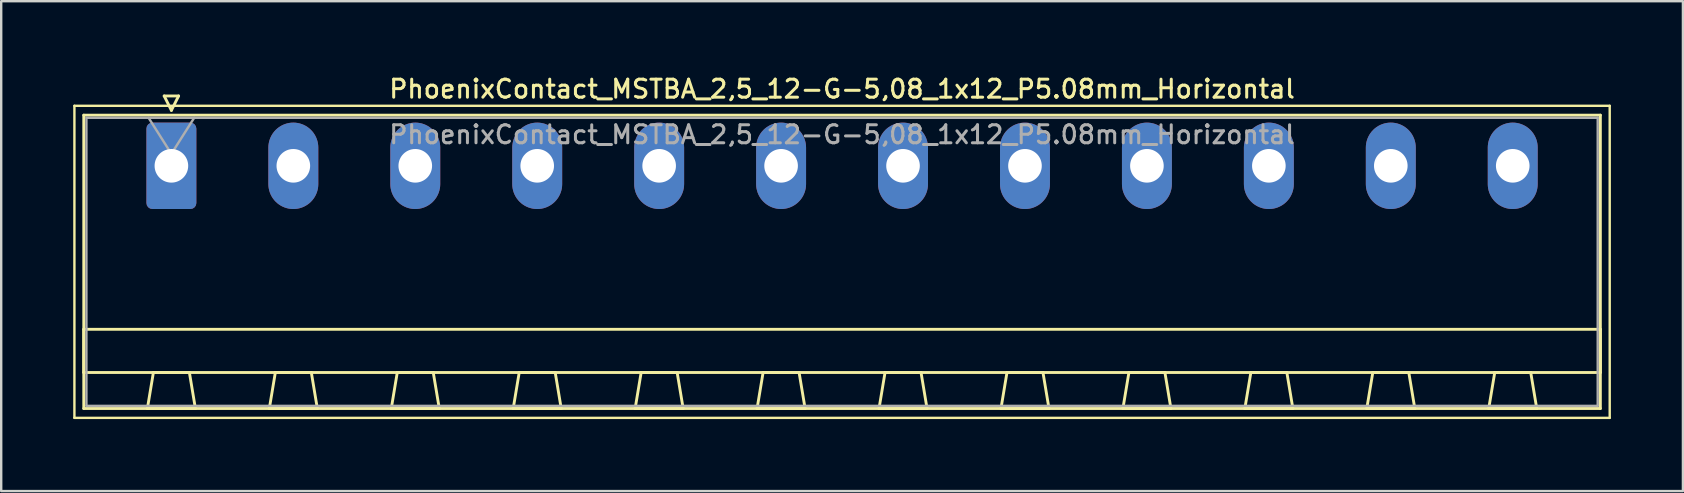
<source format=kicad_pcb>
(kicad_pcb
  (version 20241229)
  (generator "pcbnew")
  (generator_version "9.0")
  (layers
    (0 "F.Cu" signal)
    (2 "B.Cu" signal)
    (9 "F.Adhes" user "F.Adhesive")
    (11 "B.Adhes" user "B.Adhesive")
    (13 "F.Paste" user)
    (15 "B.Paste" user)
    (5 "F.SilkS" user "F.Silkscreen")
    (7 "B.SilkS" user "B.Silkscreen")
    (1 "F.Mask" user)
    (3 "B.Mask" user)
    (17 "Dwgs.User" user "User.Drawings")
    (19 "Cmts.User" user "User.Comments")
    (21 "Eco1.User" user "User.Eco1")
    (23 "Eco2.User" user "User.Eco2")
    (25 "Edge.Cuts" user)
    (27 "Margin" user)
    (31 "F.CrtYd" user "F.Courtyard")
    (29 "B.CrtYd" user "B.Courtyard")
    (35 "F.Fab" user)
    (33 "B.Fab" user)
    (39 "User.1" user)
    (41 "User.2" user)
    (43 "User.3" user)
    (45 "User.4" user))
  (footprint "PhoenixContact_MSTBA_2,5_12-G-5,08_1x12_P5.08mm_Horizontal"
    (layer "F.Cu")
    (at 4.09 3.858)
    (property "Reference" "PhoenixContact_MSTBA_2,5_12-G-5,08_1x12_P5.08mm_Horizontal" (at 27.94 -3.2 0) (layer "F.SilkS") (effects (font (size 0.75 0.75) (thickness 0.125))))
    (attr through_hole)
    (fp_line (start -4.04 -2.5) (end -4.04 10.5) (stroke (width 0.1) (type solid)) (layer "F.SilkS"))
    (fp_line (start -4.04 10.5) (end 59.92 10.5) (stroke (width 0.1) (type solid)) (layer "F.SilkS"))
    (fp_line (start -3.65 -2.11) (end -3.65 10.11) (stroke (width 0.12) (type solid)) (layer "F.SilkS"))
    (fp_line (start -3.65 6.81) (end 59.53 6.81) (stroke (width 0.12) (type solid)) (layer "F.SilkS"))
    (fp_line (start -3.65 8.61) (end -3.65 6.81) (stroke (width 0.12) (type solid)) (layer "F.SilkS"))
    (fp_line (start -3.65 10.11) (end 59.53 10.11) (stroke (width 0.12) (type solid)) (layer "F.SilkS"))
    (fp_line (start -1 10.11) (end 1 10.11) (stroke (width 0.12) (type solid)) (layer "F.SilkS"))
    (fp_line (start -0.75 8.61) (end -1 10.11) (stroke (width 0.12) (type solid)) (layer "F.SilkS"))
    (fp_line (start -0.3 -2.91) (end 0.3 -2.91) (stroke (width 0.12) (type solid)) (layer "F.SilkS"))
    (fp_line (start 0 -2.31) (end -0.3 -2.91) (stroke (width 0.12) (type solid)) (layer "F.SilkS"))
    (fp_line (start 0.3 -2.91) (end 0 -2.31) (stroke (width 0.12) (type solid)) (layer "F.SilkS"))
    (fp_line (start 0.75 8.61) (end -0.75 8.61) (stroke (width 0.12) (type solid)) (layer "F.SilkS"))
    (fp_line (start 1 10.11) (end 0.75 8.61) (stroke (width 0.12) (type solid)) (layer "F.SilkS"))
    (fp_line (start 4.08 10.11) (end 6.08 10.11) (stroke (width 0.12) (type solid)) (layer "F.SilkS"))
    (fp_line (start 4.33 8.61) (end 4.08 10.11) (stroke (width 0.12) (type solid)) (layer "F.SilkS"))
    (fp_line (start 5.83 8.61) (end 4.33 8.61) (stroke (width 0.12) (type solid)) (layer "F.SilkS"))
    (fp_line (start 6.08 10.11) (end 5.83 8.61) (stroke (width 0.12) (type solid)) (layer "F.SilkS"))
    (fp_line (start 9.16 10.11) (end 11.16 10.11) (stroke (width 0.12) (type solid)) (layer "F.SilkS"))
    (fp_line (start 9.41 8.61) (end 9.16 10.11) (stroke (width 0.12) (type solid)) (layer "F.SilkS"))
    (fp_line (start 10.91 8.61) (end 9.41 8.61) (stroke (width 0.12) (type solid)) (layer "F.SilkS"))
    (fp_line (start 11.16 10.11) (end 10.91 8.61) (stroke (width 0.12) (type solid)) (layer "F.SilkS"))
    (fp_line (start 14.24 10.11) (end 16.24 10.11) (stroke (width 0.12) (type solid)) (layer "F.SilkS"))
    (fp_line (start 14.49 8.61) (end 14.24 10.11) (stroke (width 0.12) (type solid)) (layer "F.SilkS"))
    (fp_line (start 15.99 8.61) (end 14.49 8.61) (stroke (width 0.12) (type solid)) (layer "F.SilkS"))
    (fp_line (start 16.24 10.11) (end 15.99 8.61) (stroke (width 0.12) (type solid)) (layer "F.SilkS"))
    (fp_line (start 19.32 10.11) (end 21.32 10.11) (stroke (width 0.12) (type solid)) (layer "F.SilkS"))
    (fp_line (start 19.57 8.61) (end 19.32 10.11) (stroke (width 0.12) (type solid)) (layer "F.SilkS"))
    (fp_line (start 21.07 8.61) (end 19.57 8.61) (stroke (width 0.12) (type solid)) (layer "F.SilkS"))
    (fp_line (start 21.32 10.11) (end 21.07 8.61) (stroke (width 0.12) (type solid)) (layer "F.SilkS"))
    (fp_line (start 24.4 10.11) (end 26.4 10.11) (stroke (width 0.12) (type solid)) (layer "F.SilkS"))
    (fp_line (start 24.65 8.61) (end 24.4 10.11) (stroke (width 0.12) (type solid)) (layer "F.SilkS"))
    (fp_line (start 26.15 8.61) (end 24.65 8.61) (stroke (width 0.12) (type solid)) (layer "F.SilkS"))
    (fp_line (start 26.4 10.11) (end 26.15 8.61) (stroke (width 0.12) (type solid)) (layer "F.SilkS"))
    (fp_line (start 29.48 10.11) (end 31.48 10.11) (stroke (width 0.12) (type solid)) (layer "F.SilkS"))
    (fp_line (start 29.73 8.61) (end 29.48 10.11) (stroke (width 0.12) (type solid)) (layer "F.SilkS"))
    (fp_line (start 31.23 8.61) (end 29.73 8.61) (stroke (width 0.12) (type solid)) (layer "F.SilkS"))
    (fp_line (start 31.48 10.11) (end 31.23 8.61) (stroke (width 0.12) (type solid)) (layer "F.SilkS"))
    (fp_line (start 34.56 10.11) (end 36.56 10.11) (stroke (width 0.12) (type solid)) (layer "F.SilkS"))
    (fp_line (start 34.81 8.61) (end 34.56 10.11) (stroke (width 0.12) (type solid)) (layer "F.SilkS"))
    (fp_line (start 36.31 8.61) (end 34.81 8.61) (stroke (width 0.12) (type solid)) (layer "F.SilkS"))
    (fp_line (start 36.56 10.11) (end 36.31 8.61) (stroke (width 0.12) (type solid)) (layer "F.SilkS"))
    (fp_line (start 39.64 10.11) (end 41.64 10.11) (stroke (width 0.12) (type solid)) (layer "F.SilkS"))
    (fp_line (start 39.89 8.61) (end 39.64 10.11) (stroke (width 0.12) (type solid)) (layer "F.SilkS"))
    (fp_line (start 41.39 8.61) (end 39.89 8.61) (stroke (width 0.12) (type solid)) (layer "F.SilkS"))
    (fp_line (start 41.64 10.11) (end 41.39 8.61) (stroke (width 0.12) (type solid)) (layer "F.SilkS"))
    (fp_line (start 44.72 10.11) (end 46.72 10.11) (stroke (width 0.12) (type solid)) (layer "F.SilkS"))
    (fp_line (start 44.97 8.61) (end 44.72 10.11) (stroke (width 0.12) (type solid)) (layer "F.SilkS"))
    (fp_line (start 46.47 8.61) (end 44.97 8.61) (stroke (width 0.12) (type solid)) (layer "F.SilkS"))
    (fp_line (start 46.72 10.11) (end 46.47 8.61) (stroke (width 0.12) (type solid)) (layer "F.SilkS"))
    (fp_line (start 49.8 10.11) (end 51.8 10.11) (stroke (width 0.12) (type solid)) (layer "F.SilkS"))
    (fp_line (start 50.05 8.61) (end 49.8 10.11) (stroke (width 0.12) (type solid)) (layer "F.SilkS"))
    (fp_line (start 51.55 8.61) (end 50.05 8.61) (stroke (width 0.12) (type solid)) (layer "F.SilkS"))
    (fp_line (start 51.8 10.11) (end 51.55 8.61) (stroke (width 0.12) (type solid)) (layer "F.SilkS"))
    (fp_line (start 54.88 10.11) (end 56.88 10.11) (stroke (width 0.12) (type solid)) (layer "F.SilkS"))
    (fp_line (start 55.13 8.61) (end 54.88 10.11) (stroke (width 0.12) (type solid)) (layer "F.SilkS"))
    (fp_line (start 56.63 8.61) (end 55.13 8.61) (stroke (width 0.12) (type solid)) (layer "F.SilkS"))
    (fp_line (start 56.88 10.11) (end 56.63 8.61) (stroke (width 0.12) (type solid)) (layer "F.SilkS"))
    (fp_line (start 59.53 -2.11) (end -3.65 -2.11) (stroke (width 0.12) (type solid)) (layer "F.SilkS"))
    (fp_line (start 59.53 6.81) (end 59.53 8.61) (stroke (width 0.12) (type solid)) (layer "F.SilkS"))
    (fp_line (start 59.53 8.61) (end -3.65 8.61) (stroke (width 0.12) (type solid)) (layer "F.SilkS"))
    (fp_line (start 59.53 10.11) (end 59.53 -2.11) (stroke (width 0.12) (type solid)) (layer "F.SilkS"))
    (fp_line (start 59.92 -2.5) (end -4.04 -2.5) (stroke (width 0.1) (type solid)) (layer "F.SilkS"))
    (fp_line (start 59.92 10.5) (end 59.92 -2.5) (stroke (width 0.1) (type solid)) (layer "F.SilkS"))
    (fp_line (start -3.54 -2) (end -3.54 10) (stroke (width 0.1) (type solid)) (layer "F.Fab"))
    (fp_line (start -3.54 10) (end 59.42 10) (stroke (width 0.1) (type solid)) (layer "F.Fab"))
    (fp_line (start 0 -0.5) (end -0.95 -2) (stroke (width 0.1) (type solid)) (layer "F.Fab"))
    (fp_line (start 0.95 -2) (end 0 -0.5) (stroke (width 0.1) (type solid)) (layer "F.Fab"))
    (fp_line (start 59.42 -2) (end -3.54 -2) (stroke (width 0.1) (type solid)) (layer "F.Fab"))
    (fp_line (start 59.42 10) (end 59.42 -2) (stroke (width 0.1) (type solid)) (layer "F.Fab"))
    (fp_text user "${REFERENCE}" (at 27.94 -1.3 0) (layer "F.Fab") (effects (font (size 0.75 0.75) (thickness 0.125))))
    (pad "1" thru_hole roundrect (at 0 0) (size 2.08 3.6) (drill 1.4) (layers "*.Cu" "*.Mask") (roundrect_rratio 0.12))
    (pad "2" thru_hole oval (at 5.08 0) (size 2.08 3.6) (drill 1.4) (layers "*.Cu" "*.Mask"))
    (pad "3" thru_hole oval (at 10.16 0) (size 2.08 3.6) (drill 1.4) (layers "*.Cu" "*.Mask"))
    (pad "4" thru_hole oval (at 15.24 0) (size 2.08 3.6) (drill 1.4) (layers "*.Cu" "*.Mask"))
    (pad "5" thru_hole oval (at 20.32 0) (size 2.08 3.6) (drill 1.4) (layers "*.Cu" "*.Mask"))
    (pad "6" thru_hole oval (at 25.4 0) (size 2.08 3.6) (drill 1.4) (layers "*.Cu" "*.Mask"))
    (pad "7" thru_hole oval (at 30.48 0) (size 2.08 3.6) (drill 1.4) (layers "*.Cu" "*.Mask"))
    (pad "8" thru_hole oval (at 35.56 0) (size 2.08 3.6) (drill 1.4) (layers "*.Cu" "*.Mask"))
    (pad "9" thru_hole oval (at 40.64 0) (size 2.08 3.6) (drill 1.4) (layers "*.Cu" "*.Mask"))
    (pad "10" thru_hole oval (at 45.72 0) (size 2.08 3.6) (drill 1.4) (layers "*.Cu" "*.Mask"))
    (pad "11" thru_hole oval (at 50.8 0) (size 2.08 3.6) (drill 1.4) (layers "*.Cu" "*.Mask"))
    (pad "12" thru_hole oval (at 55.88 0) (size 2.08 3.6) (drill 1.4) (layers "*.Cu" "*.Mask")))
  (gr_rect
    (start -3 -3)
    (end 67.06 17.408)
    (stroke (width 0.1) (type default))
    (fill no)
    (layer "Edge.Cuts")))
</source>
